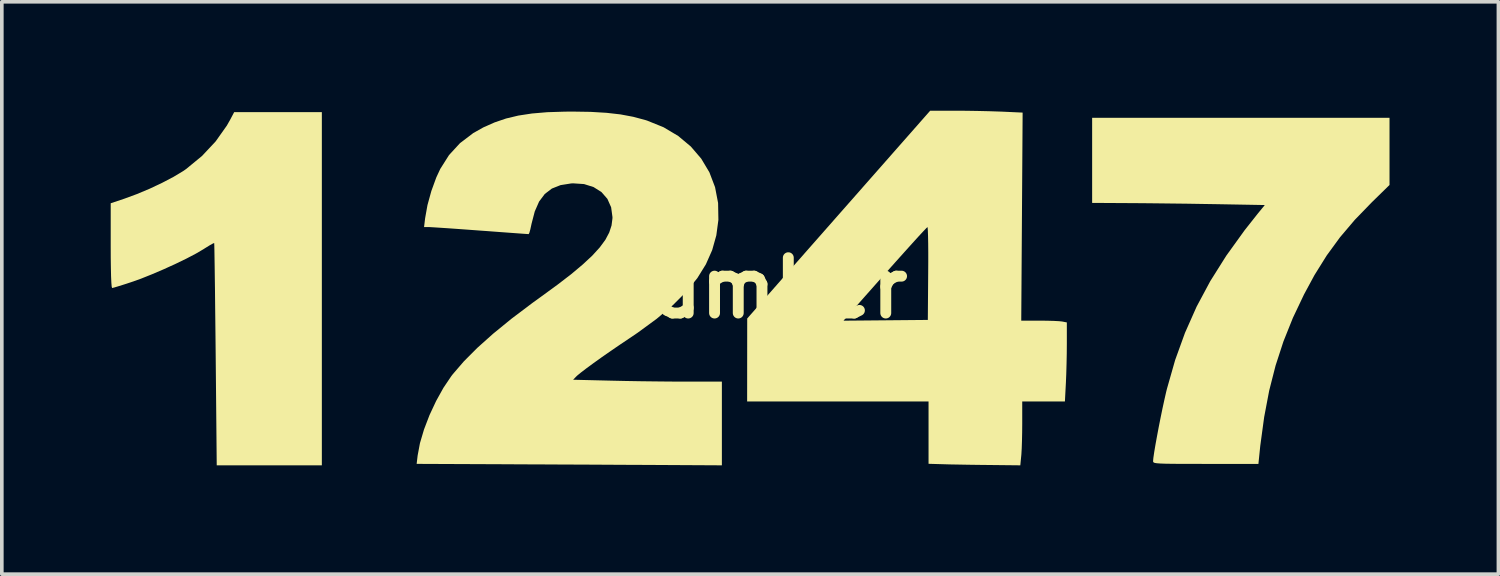
<source format=kicad_pcb>
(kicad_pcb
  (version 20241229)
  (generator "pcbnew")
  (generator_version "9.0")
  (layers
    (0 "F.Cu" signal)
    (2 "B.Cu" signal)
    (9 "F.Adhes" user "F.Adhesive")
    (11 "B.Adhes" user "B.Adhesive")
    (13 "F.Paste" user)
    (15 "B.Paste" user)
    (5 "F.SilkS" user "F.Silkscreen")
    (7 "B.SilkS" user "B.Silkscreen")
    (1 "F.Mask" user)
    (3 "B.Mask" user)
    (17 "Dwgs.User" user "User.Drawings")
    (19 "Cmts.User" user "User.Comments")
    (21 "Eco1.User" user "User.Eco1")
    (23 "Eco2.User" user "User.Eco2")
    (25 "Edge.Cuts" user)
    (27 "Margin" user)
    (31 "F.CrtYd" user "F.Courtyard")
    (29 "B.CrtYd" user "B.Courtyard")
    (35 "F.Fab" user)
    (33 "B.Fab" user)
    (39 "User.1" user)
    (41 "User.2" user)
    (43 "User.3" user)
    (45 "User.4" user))
  (footprint "Number"
    (layer "F.Cu")
    (at 17.616 4.885)
    (property "Reference" "Number" (at 0 0 0) (layer "F.SilkS") (effects (font (size 1.524 1.524) (thickness 0.3))))
    (attr board_only exclude_from_pos_files exclude_from_bom)
    (fp_poly (pts (xy -11.799 4.885) (xy -14.695 4.885) (xy -14.724 1.828) (xy -14.729 1.346) (xy -14.734 0.888) (xy -14.739 0.458) (xy -14.743 0.064) (xy -14.748 -0.29) (xy -14.752 -0.597) (xy -14.756 -0.851) (xy -14.759 -1.046) (xy -14.762 -1.177) (xy -14.765 -1.237) (xy -14.765 -1.24) (xy -14.802 -1.225) (xy -14.89 -1.176) (xy -15.012 -1.101) (xy -15.06 -1.07) (xy -15.264 -0.95) (xy -15.527 -0.812) (xy -15.83 -0.665) (xy -16.153 -0.518) (xy -16.478 -0.379) (xy -16.785 -0.256) (xy -17.056 -0.16) (xy -17.243 -0.099) (xy -17.403 -0.049) (xy -17.52 -0.014) (xy -17.576 -0.000075) (xy -17.578 0) (xy -17.589 -0.038) (xy -17.598 -0.147) (xy -17.606 -0.321) (xy -17.611 -0.554) (xy -17.615 -0.837) (xy -17.616 -1.165) (xy -17.616 -2.335) (xy -17.237 -2.462) (xy -16.895 -2.588) (xy -16.542 -2.736) (xy -16.199 -2.898) (xy -15.886 -3.062) (xy -15.623 -3.22) (xy -15.539 -3.278) (xy -15.102 -3.637) (xy -14.726 -4.038) (xy -14.417 -4.474) (xy -14.323 -4.64) (xy -14.214 -4.846) (xy -11.799 -4.846)) (stroke (width 0) (type solid)) (fill yes) (layer "F.SilkS"))
    (fp_poly (pts (xy 17.616 -2.839) (xy 17.133 -2.367) (xy 16.662 -1.881) (xy 16.252 -1.398) (xy 15.886 -0.897) (xy 15.549 -0.357) (xy 15.261 0.176) (xy 14.953 0.824) (xy 14.693 1.473) (xy 14.477 2.136) (xy 14.301 2.826) (xy 14.162 3.559) (xy 14.055 4.347) (xy 14.031 4.582) (xy 14.004 4.846) (xy 12.553 4.846) (xy 12.17 4.845) (xy 11.862 4.845) (xy 11.619 4.843) (xy 11.434 4.84) (xy 11.3 4.835) (xy 11.207 4.828) (xy 11.149 4.819) (xy 11.118 4.806) (xy 11.105 4.79) (xy 11.102 4.77) (xy 11.11 4.68) (xy 11.132 4.528) (xy 11.166 4.326) (xy 11.209 4.089) (xy 11.258 3.829) (xy 11.311 3.562) (xy 11.365 3.3) (xy 11.418 3.058) (xy 11.466 2.848) (xy 11.485 2.773) (xy 11.71 1.984) (xy 11.981 1.235) (xy 12.301 0.514) (xy 12.678 -0.19) (xy 13.118 -0.889) (xy 13.625 -1.593) (xy 13.988 -2.052) (xy 14.18 -2.286) (xy 12.856 -2.31) (xy 12.467 -2.316) (xy 12.044 -2.323) (xy 11.61 -2.328) (xy 11.188 -2.333) (xy 10.802 -2.337) (xy 10.477 -2.339) (xy 9.423 -2.345) (xy 9.423 -4.689) (xy 17.616 -4.689)) (stroke (width 0) (type solid)) (fill yes) (layer "F.SilkS"))
    (fp_poly (pts (xy 5.959 -4.883) (xy 6.275 -4.878) (xy 6.584 -4.871) (xy 6.856 -4.862) (xy 6.943 -4.859) (xy 7.508 -4.833) (xy 7.489 -1.967) (xy 7.47 0.899) (xy 7.97 0.899) (xy 8.177 0.901) (xy 8.366 0.906) (xy 8.514 0.914) (xy 8.598 0.923) (xy 8.726 0.948) (xy 8.726 1.539) (xy 8.724 1.802) (xy 8.718 2.092) (xy 8.71 2.373) (xy 8.7 2.613) (xy 8.699 2.628) (xy 8.673 3.126) (xy 7.497 3.126) (xy 7.497 3.742) (xy 7.495 3.978) (xy 7.49 4.211) (xy 7.483 4.418) (xy 7.474 4.577) (xy 7.47 4.621) (xy 7.444 4.885) (xy 6.6 4.876) (xy 6.311 4.873) (xy 6.018 4.869) (xy 5.743 4.864) (xy 5.507 4.86) (xy 5.336 4.855) (xy 4.916 4.843) (xy 4.916 3.126) (xy -0.082 3.126) (xy -0.08 0.9) (xy 2.573 0.9) (xy 4.896 0.879) (xy 4.906 -0.401) (xy 4.908 -0.708) (xy 4.908 -0.988) (xy 4.906 -1.233) (xy 4.902 -1.433) (xy 4.897 -1.579) (xy 4.891 -1.662) (xy 4.886 -1.678) (xy 4.853 -1.648) (xy 4.771 -1.562) (xy 4.643 -1.424) (xy 4.474 -1.238) (xy 4.266 -1.007) (xy 4.023 -0.736) (xy 3.749 -0.429) (xy 3.447 -0.089) (xy 3.12 0.28) (xy 2.772 0.674) (xy 2.71 0.744) (xy 2.573 0.9) (xy -0.08 0.9) (xy -0.08 0.84) (xy 2.44 -2.022) (xy 4.961 -4.885) (xy 5.669 -4.885)) (stroke (width 0) (type solid)) (fill yes) (layer "F.SilkS"))
    (fp_poly (pts (xy -4.394 -4.853) (xy -3.957 -4.827) (xy -3.571 -4.783) (xy -3.219 -4.717) (xy -2.887 -4.628) (xy -2.839 -4.613) (xy -2.384 -4.429) (xy -1.981 -4.189) (xy -1.634 -3.899) (xy -1.346 -3.563) (xy -1.122 -3.188) (xy -0.966 -2.779) (xy -0.882 -2.342) (xy -0.874 -1.882) (xy -0.874 -1.876) (xy -0.931 -1.451) (xy -1.045 -1.045) (xy -1.218 -0.654) (xy -1.454 -0.273) (xy -1.757 0.101) (xy -2.129 0.473) (xy -2.574 0.848) (xy -3.095 1.23) (xy -3.33 1.389) (xy -3.585 1.56) (xy -3.841 1.735) (xy -4.088 1.907) (xy -4.314 2.069) (xy -4.509 2.212) (xy -4.662 2.329) (xy -4.763 2.412) (xy -4.784 2.432) (xy -4.877 2.527) (xy -3.801 2.553) (xy -3.437 2.561) (xy -3.032 2.568) (xy -2.614 2.573) (xy -2.212 2.577) (xy -1.854 2.579) (xy -1.751 2.579) (xy -0.778 2.579) (xy -0.778 4.885) (xy -2.612 4.875) (xy -3.026 4.873) (xy -3.505 4.871) (xy -4.032 4.868) (xy -4.59 4.865) (xy -5.163 4.863) (xy -5.732 4.86) (xy -6.282 4.858) (xy -6.795 4.855) (xy -6.816 4.855) (xy -9.187 4.845) (xy -9.16 4.616) (xy -9.096 4.274) (xy -8.984 3.896) (xy -8.833 3.502) (xy -8.651 3.113) (xy -8.449 2.749) (xy -8.234 2.43) (xy -8.191 2.374) (xy -7.885 2.019) (xy -7.515 1.648) (xy -7.079 1.258) (xy -6.574 0.846) (xy -5.996 0.41) (xy -5.762 0.241) (xy -5.311 -0.088) (xy -4.927 -0.383) (xy -4.608 -0.651) (xy -4.347 -0.894) (xy -4.142 -1.119) (xy -3.988 -1.328) (xy -3.882 -1.528) (xy -3.818 -1.722) (xy -3.793 -1.915) (xy -3.792 -1.954) (xy -3.829 -2.224) (xy -3.932 -2.456) (xy -4.096 -2.644) (xy -4.313 -2.781) (xy -4.576 -2.864) (xy -4.878 -2.884) (xy -4.932 -2.881) (xy -5.222 -2.835) (xy -5.462 -2.74) (xy -5.657 -2.591) (xy -5.813 -2.383) (xy -5.933 -2.11) (xy -6.022 -1.769) (xy -6.028 -1.741) (xy -6.056 -1.612) (xy -6.082 -1.52) (xy -6.101 -1.485) (xy -6.146 -1.488) (xy -6.263 -1.496) (xy -6.442 -1.509) (xy -6.673 -1.526) (xy -6.946 -1.546) (xy -7.251 -1.569) (xy -7.436 -1.582) (xy -7.76 -1.606) (xy -8.063 -1.628) (xy -8.333 -1.647) (xy -8.56 -1.662) (xy -8.732 -1.673) (xy -8.838 -1.679) (xy -8.865 -1.68) (xy -8.983 -1.68) (xy -8.954 -1.92) (xy -8.889 -2.285) (xy -8.782 -2.673) (xy -8.646 -3.046) (xy -8.536 -3.282) (xy -8.295 -3.663) (xy -7.992 -3.992) (xy -7.629 -4.268) (xy -7.35 -4.425) (xy -7.041 -4.562) (xy -6.724 -4.67) (xy -6.385 -4.751) (xy -6.011 -4.808) (xy -5.589 -4.844) (xy -5.105 -4.859) (xy -4.896 -4.861)) (stroke (width 0) (type solid)) (fill yes) (layer "F.SilkS")))
  (gr_rect
    (start -3 -3)
    (end 38.232 12.769)
    (stroke (width 0.1) (type default))
    (fill no)
    (layer "Edge.Cuts")))
</source>
